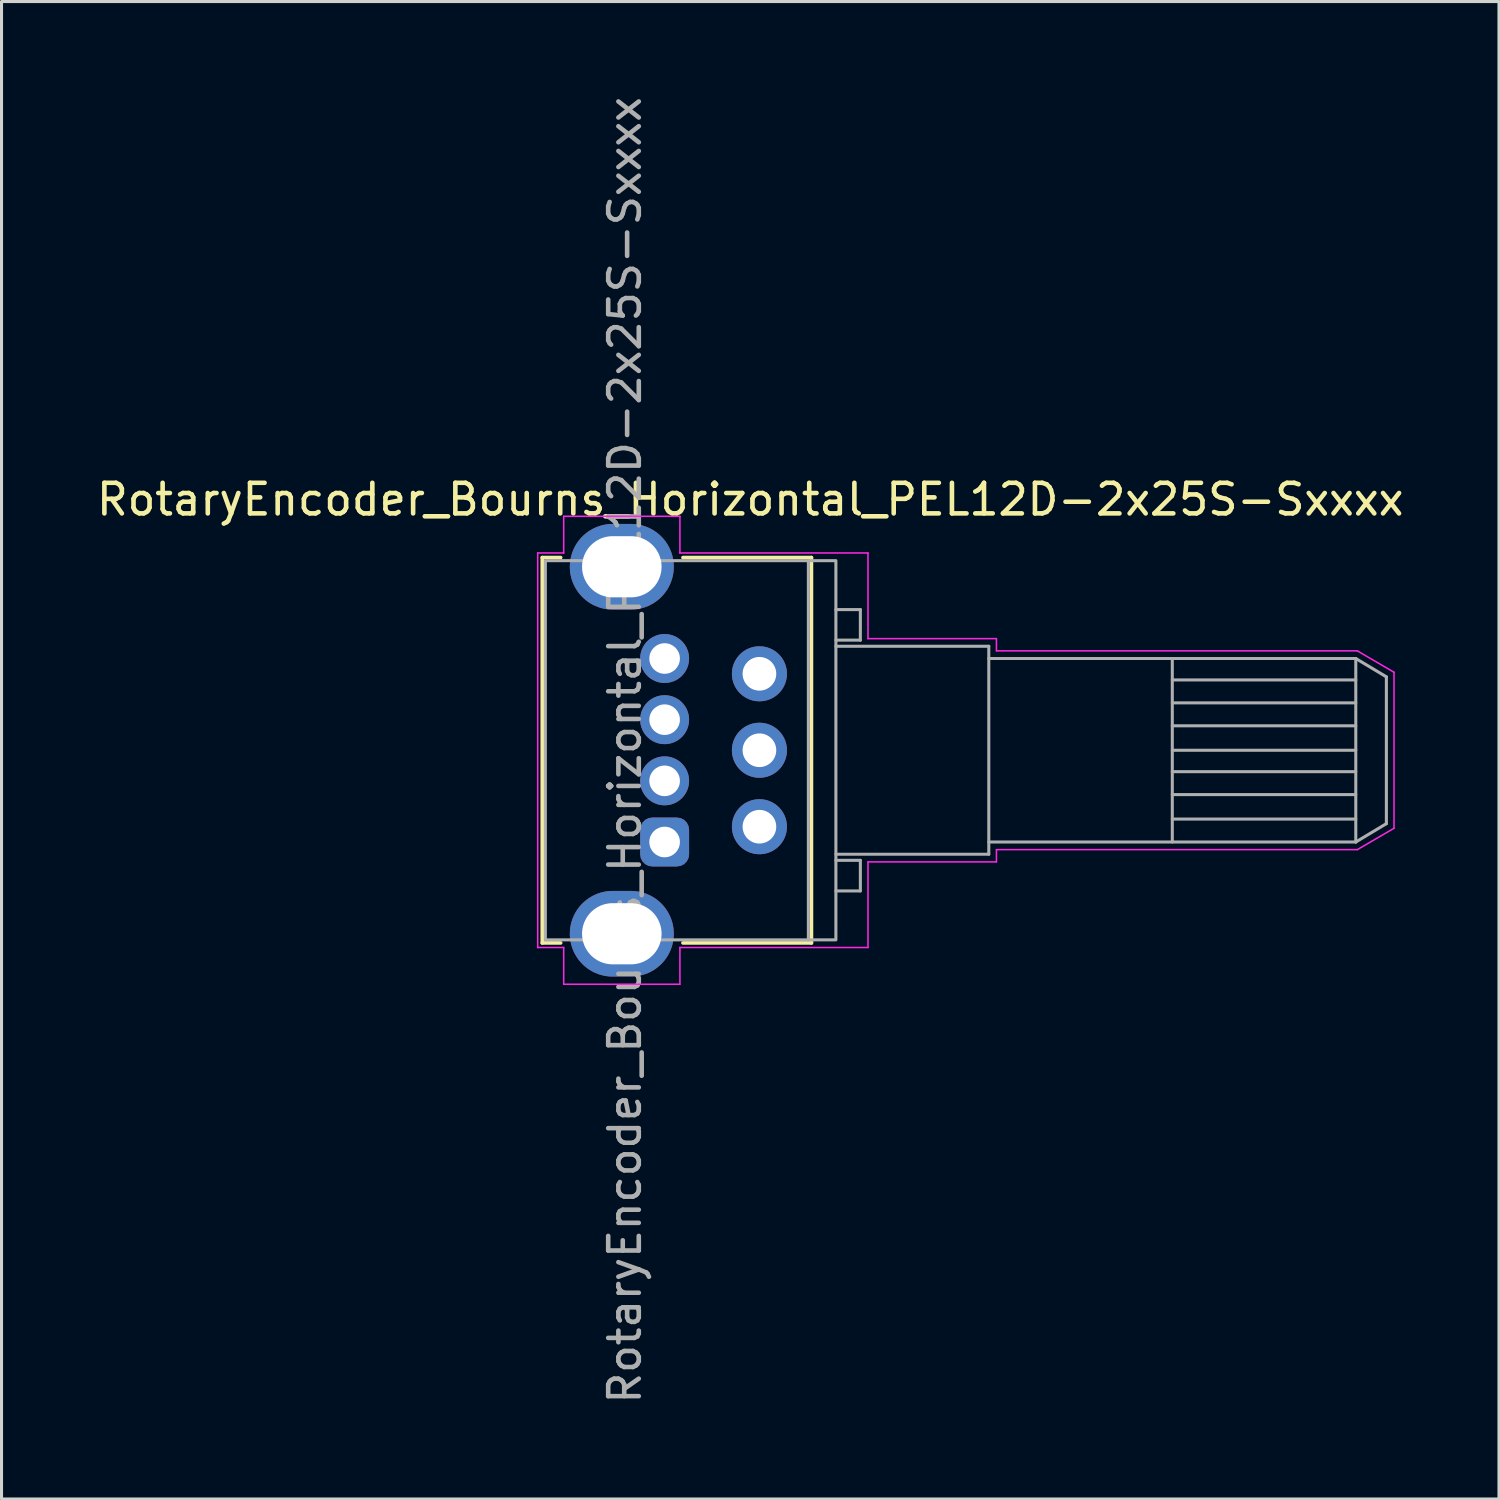
<source format=kicad_pcb>
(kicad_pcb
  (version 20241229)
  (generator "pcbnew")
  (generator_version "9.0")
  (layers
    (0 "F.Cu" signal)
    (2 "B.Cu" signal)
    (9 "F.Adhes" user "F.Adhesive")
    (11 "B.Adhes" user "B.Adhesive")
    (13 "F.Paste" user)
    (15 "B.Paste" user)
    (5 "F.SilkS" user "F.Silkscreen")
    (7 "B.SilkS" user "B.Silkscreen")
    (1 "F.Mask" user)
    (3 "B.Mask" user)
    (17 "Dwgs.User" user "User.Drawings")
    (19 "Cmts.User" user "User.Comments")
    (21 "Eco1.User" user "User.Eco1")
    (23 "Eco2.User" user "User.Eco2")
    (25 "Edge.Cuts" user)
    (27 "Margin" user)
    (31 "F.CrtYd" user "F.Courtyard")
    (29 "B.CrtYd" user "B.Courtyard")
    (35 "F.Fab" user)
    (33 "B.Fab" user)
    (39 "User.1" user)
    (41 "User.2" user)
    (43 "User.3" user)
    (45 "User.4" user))
  (footprint "RotaryEncoder_Bourns_Horizontal_PEL12D-2x25S-Sxxxx"
    (layer "F.Cu")
    (at 18.682 24.482)
    (property "Reference" "RotaryEncoder_Bourns_Horizontal_PEL12D-2x25S-Sxxxx" (at 2.8 -11.2 0) (layer "F.SilkS") (effects (font (size 1 1) (thickness 0.15))))
    (attr through_hole)
    (fp_line (start -4 -9.3) (end -4 3.3) (stroke (width 0.12) (type default)) (layer "F.SilkS"))
    (fp_line (start -4 3.3) (end -3.4 3.3) (stroke (width 0.12) (type default)) (layer "F.SilkS"))
    (fp_line (start -3.4 -9.3) (end -4 -9.3) (stroke (width 0.12) (type default)) (layer "F.SilkS"))
    (fp_line (start 0.6 3.3) (end 4.8 3.3) (stroke (width 0.12) (type default)) (layer "F.SilkS"))
    (fp_line (start 4.8 -9.3) (end 0.6 -9.3) (stroke (width 0.12) (type default)) (layer "F.SilkS"))
    (fp_line (start 4.8 3.3) (end 4.8 -9.3) (stroke (width 0.12) (type default)) (layer "F.SilkS"))
    (fp_line (start -4.15 -9.45) (end -4.15 3.45) (stroke (width 0.05) (type default)) (layer "F.CrtYd"))
    (fp_line (start -4.15 3.45) (end -3.3 3.45) (stroke (width 0.05) (type default)) (layer "F.CrtYd"))
    (fp_line (start -3.3 -10.65) (end -3.3 -9.45) (stroke (width 0.05) (type default)) (layer "F.CrtYd"))
    (fp_line (start -3.3 -9.45) (end -4.15 -9.45) (stroke (width 0.05) (type default)) (layer "F.CrtYd"))
    (fp_line (start -3.3 3.45) (end -3.3 4.65) (stroke (width 0.05) (type default)) (layer "F.CrtYd"))
    (fp_line (start -3.3 4.65) (end 0.5 4.65) (stroke (width 0.05) (type default)) (layer "F.CrtYd"))
    (fp_line (start 0.5 -10.65) (end -3.3 -10.65) (stroke (width 0.05) (type default)) (layer "F.CrtYd"))
    (fp_line (start 0.5 -9.45) (end 0.5 -10.65) (stroke (width 0.05) (type default)) (layer "F.CrtYd"))
    (fp_line (start 0.5 3.45) (end 6.65 3.45) (stroke (width 0.05) (type default)) (layer "F.CrtYd"))
    (fp_line (start 0.5 4.65) (end 0.5 3.45) (stroke (width 0.05) (type default)) (layer "F.CrtYd"))
    (fp_line (start 6.65 -9.45) (end 0.5 -9.45) (stroke (width 0.05) (type default)) (layer "F.CrtYd"))
    (fp_line (start 6.65 -6.65) (end 6.65 -9.45) (stroke (width 0.05) (type default)) (layer "F.CrtYd"))
    (fp_line (start 6.65 0.65) (end 6.65 3.45) (stroke (width 0.05) (type default)) (layer "F.CrtYd"))
    (fp_line (start 10.85 -6.65) (end 6.65 -6.65) (stroke (width 0.05) (type default)) (layer "F.CrtYd"))
    (fp_line (start 10.85 -6.25) (end 10.85 -6.65) (stroke (width 0.05) (type default)) (layer "F.CrtYd"))
    (fp_line (start 10.85 0.25) (end 22.65 0.25) (stroke (width 0.05) (type default)) (layer "F.CrtYd"))
    (fp_line (start 10.85 0.65) (end 6.65 0.65) (stroke (width 0.05) (type default)) (layer "F.CrtYd"))
    (fp_line (start 10.85 0.65) (end 10.85 0.25) (stroke (width 0.05) (type default)) (layer "F.CrtYd"))
    (fp_line (start 22.65 -6.25) (end 10.85 -6.25) (stroke (width 0.05) (type default)) (layer "F.CrtYd"))
    (fp_line (start 22.65 -6.25) (end 23.85 -5.55) (stroke (width 0.05) (type default)) (layer "F.CrtYd"))
    (fp_line (start 22.65 0.25) (end 23.85 -0.45) (stroke (width 0.05) (type default)) (layer "F.CrtYd"))
    (fp_line (start 23.85 -0.45) (end 23.85 -5.55) (stroke (width 0.05) (type default)) (layer "F.CrtYd"))
    (fp_line (start 4.7 -9.2) (end 4.7 3.2) (stroke (width 0.1) (type default)) (layer "F.Fab"))
    (fp_line (start 5.6 -7.6) (end 6.4 -7.6) (stroke (width 0.1) (type default)) (layer "F.Fab"))
    (fp_line (start 5.6 -6.4) (end 10.6 -6.4) (stroke (width 0.1) (type default)) (layer "F.Fab"))
    (fp_line (start 5.6 1.6) (end 6.4 1.6) (stroke (width 0.1) (type default)) (layer "F.Fab"))
    (fp_line (start 6.4 -7.6) (end 6.4 -6.6) (stroke (width 0.1) (type default)) (layer "F.Fab"))
    (fp_line (start 6.4 -6.6) (end 5.6 -6.6) (stroke (width 0.1) (type default)) (layer "F.Fab"))
    (fp_line (start 6.4 0.6) (end 5.6 0.6) (stroke (width 0.1) (type default)) (layer "F.Fab"))
    (fp_line (start 6.4 1.6) (end 6.4 0.6) (stroke (width 0.1) (type default)) (layer "F.Fab"))
    (fp_line (start 10.6 -6.4) (end 10.6 0.4) (stroke (width 0.1) (type default)) (layer "F.Fab"))
    (fp_line (start 10.6 -6) (end 22.6 -6) (stroke (width 0.1) (type default)) (layer "F.Fab"))
    (fp_line (start 10.6 0.4) (end 5.6 0.4) (stroke (width 0.1) (type default)) (layer "F.Fab"))
    (fp_line (start 16.6 -6) (end 16.6 0) (stroke (width 0.1) (type default)) (layer "F.Fab"))
    (fp_line (start 22.6 -6) (end 22.6 0) (stroke (width 0.1) (type default)) (layer "F.Fab"))
    (fp_line (start 22.6 -6) (end 23.6 -5.4) (stroke (width 0.1) (type default)) (layer "F.Fab"))
    (fp_line (start 22.6 -5.3) (end 16.6 -5.3) (stroke (width 0.1) (type default)) (layer "F.Fab"))
    (fp_line (start 22.6 -4.55) (end 16.6 -4.55) (stroke (width 0.1) (type default)) (layer "F.Fab"))
    (fp_line (start 22.6 -3.8) (end 16.6 -3.8) (stroke (width 0.1) (type default)) (layer "F.Fab"))
    (fp_line (start 22.6 -3) (end 16.6 -3) (stroke (width 0.1) (type default)) (layer "F.Fab"))
    (fp_line (start 22.6 -2.3) (end 16.6 -2.3) (stroke (width 0.1) (type default)) (layer "F.Fab"))
    (fp_line (start 22.6 -1.55) (end 16.6 -1.55) (stroke (width 0.1) (type default)) (layer "F.Fab"))
    (fp_line (start 22.6 -0.75) (end 16.6 -0.75) (stroke (width 0.1) (type default)) (layer "F.Fab"))
    (fp_line (start 22.6 0) (end 10.6 0) (stroke (width 0.1) (type default)) (layer "F.Fab"))
    (fp_line (start 22.6 0) (end 23.6 -0.6) (stroke (width 0.1) (type default)) (layer "F.Fab"))
    (fp_line (start 23.6 -5.4) (end 23.6 -0.6) (stroke (width 0.1) (type default)) (layer "F.Fab"))
    (fp_rect (start -3.9 -9.2) (end 5.6 3.2) (stroke (width 0.1) (type default)) (fill no) (layer "F.Fab"))
    (fp_text user "${REFERENCE}" (at -1.3 -3 90) (layer "F.Fab") (effects (font (size 1 1) (thickness 0.15))))
    (pad "1" thru_hole roundrect (at 0 0) (size 1.6 1.6) (drill 1) (layers "*.Cu" "*.Mask") (roundrect_rratio 0.25))
    (pad "2" thru_hole circle (at 0 -2) (size 1.6 1.6) (drill 1) (layers "*.Cu" "*.Mask"))
    (pad "3" thru_hole circle (at 0 -4) (size 1.6 1.6) (drill 1) (layers "*.Cu" "*.Mask"))
    (pad "4" thru_hole circle (at 0 -6) (size 1.6 1.6) (drill 1) (layers "*.Cu" "*.Mask"))
    (pad "A" thru_hole circle (at 3.1 -0.5) (size 1.8 1.8) (drill 1.1) (layers "*.Cu" "*.Mask"))
    (pad "B" thru_hole circle (at 3.1 -3) (size 1.8 1.8) (drill 1.1) (layers "*.Cu" "*.Mask"))
    (pad "C" thru_hole circle (at 3.1 -5.5) (size 1.8 1.8) (drill 1.1) (layers "*.Cu" "*.Mask"))
    (pad "SH" thru_hole oval (at -1.4 -9) (size 3.4 2.8) (drill oval 2.6 2) (layers "*.Cu" "*.Mask"))
    (pad "SH" thru_hole oval (at -1.4 3) (size 3.4 2.8) (drill oval 2.6 2) (layers "*.Cu" "*.Mask"))
    (zone (net_name "") (layer "F.Cu") (hatch edge 0.5) (connect_pads) (min_thickness 0.25) (filled_areas_thickness no) (keepout (tracks not_allowed) (vias not_allowed) (pads not_allowed) (copperpour allowed) (footprints allowed)) (placement (enabled no)) (fill) (polygon (pts (xy 15.482 15.082) (xy 14.582 15.082) (xy 14.582 15.782) (xy 15.482 15.782))))
    (zone (net_name "") (layer "F.Cu") (hatch edge 0.5) (connect_pads) (min_thickness 0.25) (filled_areas_thickness no) (keepout (tracks not_allowed) (vias not_allowed) (pads not_allowed) (copperpour allowed) (footprints allowed)) (placement (enabled no)) (fill) (polygon (pts (xy 15.482 27.182) (xy 14.582 27.182) (xy 14.582 27.882) (xy 15.482 27.882))))
    (zone (net_name "") (layers "F.Cu" "F.Fab") (hatch edge 0.5) (connect_pads) (min_thickness 0.25) (filled_areas_thickness no) (keepout (tracks not_allowed) (vias not_allowed) (pads not_allowed) (copperpour allowed) (footprints allowed)) (placement (enabled no)) (fill) (polygon (pts (xy 23.582 15.032) (xy 22.282 15.032) (xy 22.282 15.782) (xy 23.582 15.782))))
    (zone (net_name "") (layers "F.Cu" "F.Fab") (hatch edge 0.5) (connect_pads) (min_thickness 0.25) (filled_areas_thickness no) (keepout (tracks not_allowed) (vias not_allowed) (pads not_allowed) (copperpour allowed) (footprints allowed)) (placement (enabled no)) (fill) (polygon (pts (xy 23.582 27.182) (xy 22.282 27.182) (xy 22.282 27.932) (xy 23.582 27.932)))))
  (gr_rect
    (start -3 -3)
    (end 45.964 45.964)
    (stroke (width 0.1) (type default))
    (fill no)
    (layer "Edge.Cuts")))
</source>
